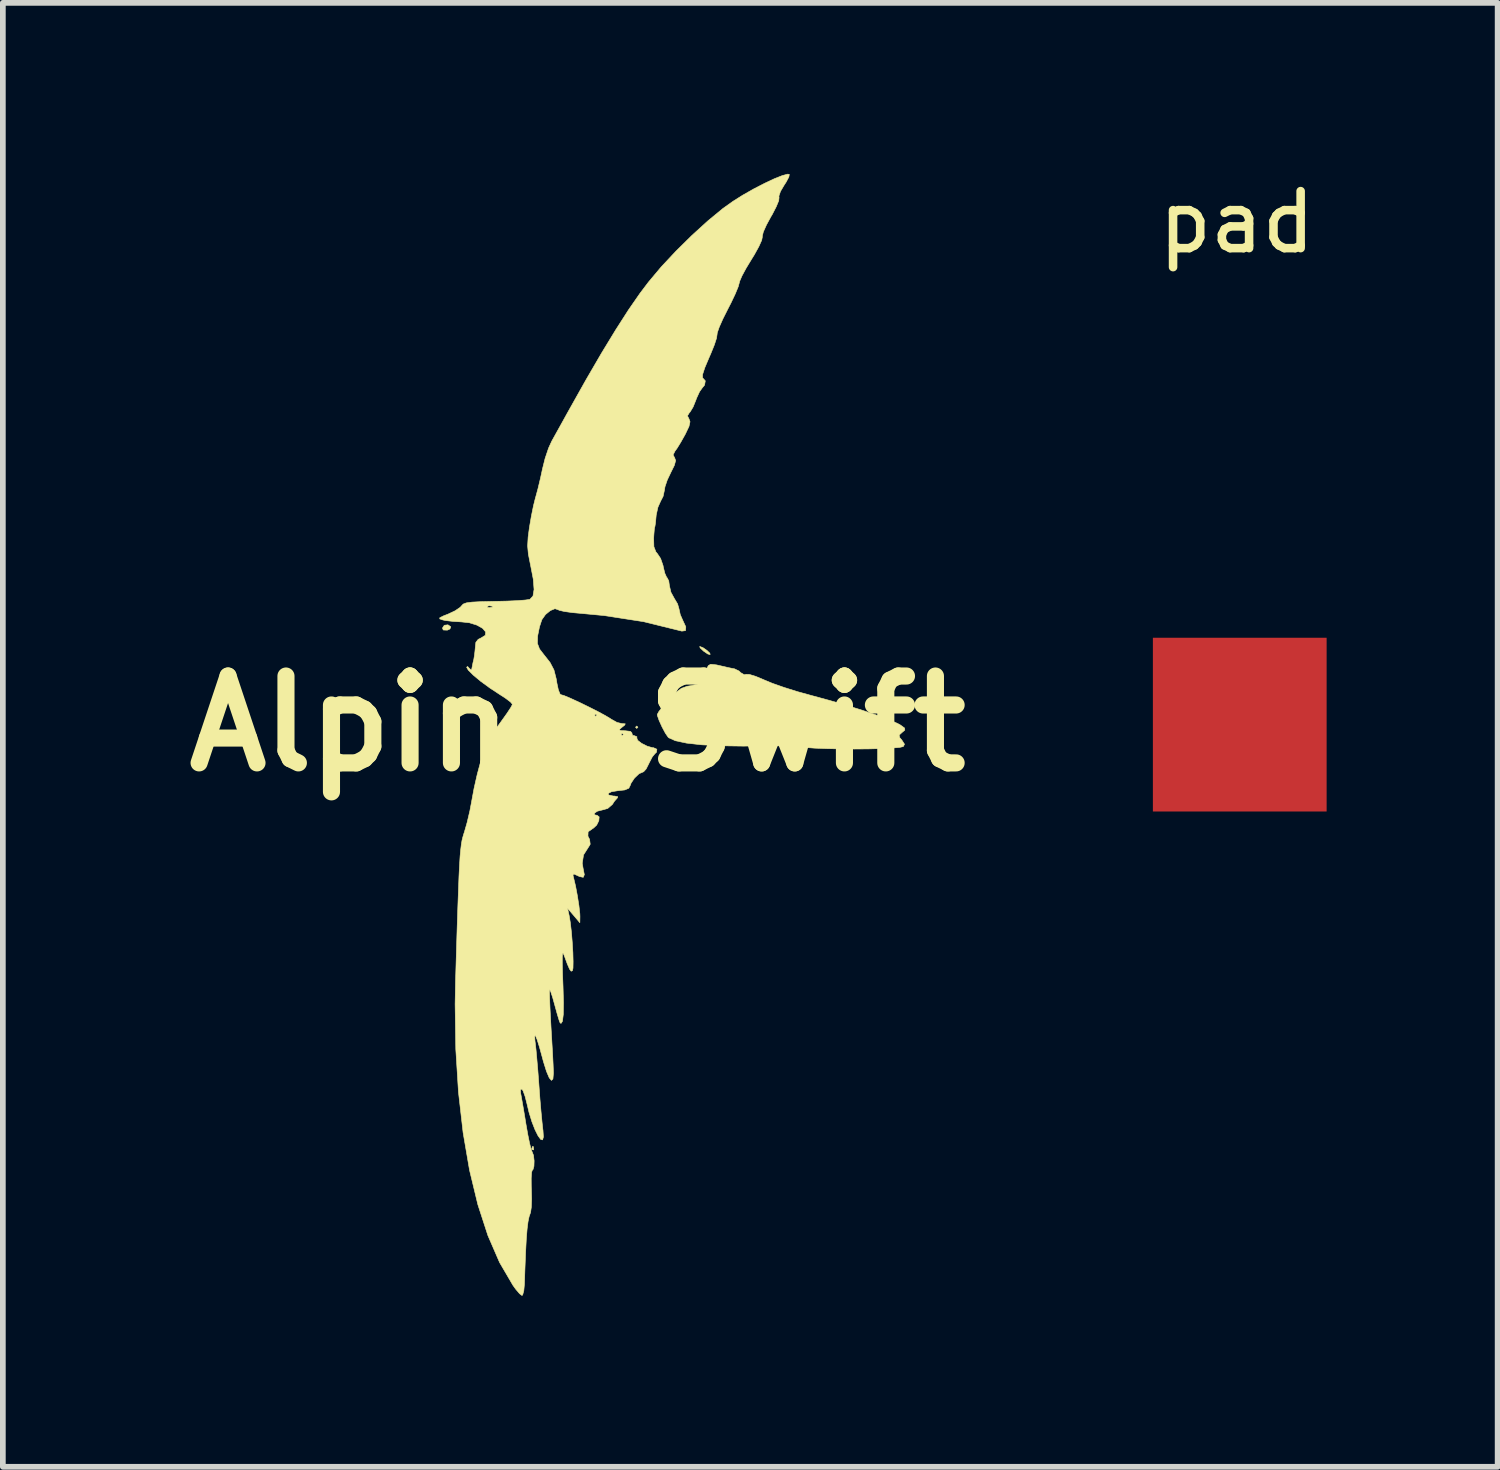
<source format=kicad_pcb>
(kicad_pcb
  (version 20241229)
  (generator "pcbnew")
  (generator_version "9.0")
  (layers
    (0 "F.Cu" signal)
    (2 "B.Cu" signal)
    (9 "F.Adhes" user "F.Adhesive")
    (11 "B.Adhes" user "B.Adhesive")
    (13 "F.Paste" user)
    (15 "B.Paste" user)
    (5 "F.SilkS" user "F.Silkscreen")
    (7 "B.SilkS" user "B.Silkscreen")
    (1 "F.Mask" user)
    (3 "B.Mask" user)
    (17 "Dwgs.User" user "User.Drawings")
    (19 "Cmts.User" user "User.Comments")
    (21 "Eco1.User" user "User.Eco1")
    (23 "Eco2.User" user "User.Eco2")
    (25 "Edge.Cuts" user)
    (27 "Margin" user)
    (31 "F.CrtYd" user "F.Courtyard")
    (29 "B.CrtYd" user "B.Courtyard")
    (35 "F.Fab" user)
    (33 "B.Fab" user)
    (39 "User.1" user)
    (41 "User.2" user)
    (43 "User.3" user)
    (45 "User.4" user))
  (footprint "pad"
    (layer "F.Cu")
    (at 18.699 9.662)
    (property "Reference" "pad" (at -0.051 -8.814 0) (layer "F.SilkS") (effects (font (size 1 1) (thickness 0.15))))
    (attr through_hole)
    (pad "1" smd rect (at 0 0) (size 3.048 3.048) (layers "F.Cu" "F.Mask" "F.Paste")))
  (footprint "Alpine Swift"
    (layer "F.Cu")
    (at 7.083 9.644)
    (property "Reference" "Alpine Swift" (at 0 0 0) (layer "F.SilkS") (effects (font (size 1.524 1.524) (thickness 0.3))))
    (attr through_hole)
    (fp_poly (pts (xy 1.058 0.064) (xy 1.037 0.085) (xy 1.016 0.064) (xy 1.037 0.042) (xy 1.058 0.064)) (stroke (width 0.01) (type solid)) (fill yes) (layer "F.SilkS"))
    (fp_poly (pts (xy -0.776 7.422) (xy -0.771 7.473) (xy -0.776 7.479) (xy -0.801 7.473) (xy -0.804 7.451) (xy -0.789 7.416) (xy -0.776 7.422)) (stroke (width 0.01) (type solid)) (fill yes) (layer "F.SilkS"))
    (fp_poly (pts (xy -2.225 -1.698) (xy -2.24 -1.66) (xy -2.286 -1.639) (xy -2.357 -1.642) (xy -2.371 -1.676) (xy -2.339 -1.725) (xy -2.275 -1.733) (xy -2.225 -1.698)) (stroke (width 0.01) (type solid)) (fill yes) (layer "F.SilkS"))
    (fp_poly (pts (xy 2.201 -1.331) (xy 2.27 -1.283) (xy 2.32 -1.234) (xy 2.325 -1.211) (xy 2.284 -1.221) (xy 2.209 -1.272) (xy 2.207 -1.274) (xy 2.149 -1.329) (xy 2.142 -1.353) (xy 2.144 -1.353) (xy 2.201 -1.331)) (stroke (width 0.01) (type solid)) (fill yes) (layer "F.SilkS"))
    (fp_poly (pts (xy 2.436 -1.03) (xy 2.498 -1.016) (xy 2.627 -0.986) (xy 2.728 -0.965) (xy 2.752 -0.961) (xy 2.832 -0.922) (xy 2.862 -0.893) (xy 2.924 -0.857) (xy 2.957 -0.864) (xy 3.016 -0.862) (xy 3.128 -0.827) (xy 3.267 -0.769) (xy 3.273 -0.766) (xy 3.418 -0.706) (xy 3.62 -0.635) (xy 3.852 -0.562) (xy 4.09 -0.496) (xy 4.109 -0.491) (xy 4.418 -0.407) (xy 4.722 -0.318) (xy 5.008 -0.229) (xy 5.261 -0.143) (xy 5.469 -0.065) (xy 5.616 -0.001) (xy 5.665 0.026) (xy 5.736 0.078) (xy 5.74 0.114) (xy 5.694 0.153) (xy 5.641 0.201) (xy 5.651 0.246) (xy 5.689 0.291) (xy 5.735 0.362) (xy 5.713 0.403) (xy 5.648 0.418) (xy 5.514 0.429) (xy 5.327 0.438) (xy 5.104 0.444) (xy 4.859 0.446) (xy 4.61 0.444) (xy 4.373 0.439) (xy 4.162 0.431) (xy 4 0.419) (xy 3.79 0.402) (xy 3.576 0.391) (xy 3.397 0.387) (xy 3.365 0.388) (xy 2.909 0.395) (xy 2.511 0.389) (xy 2.176 0.372) (xy 1.909 0.342) (xy 1.716 0.301) (xy 1.6 0.249) (xy 1.587 0.237) (xy 1.539 0.167) (xy 1.481 0.058) (xy 1.429 -0.057) (xy 1.399 -0.143) (xy 1.397 -0.159) (xy 1.424 -0.209) (xy 1.494 -0.3) (xy 1.593 -0.415) (xy 1.598 -0.42) (xy 1.721 -0.545) (xy 1.82 -0.618) (xy 1.922 -0.655) (xy 1.979 -0.664) (xy 2.097 -0.689) (xy 2.15 -0.728) (xy 2.159 -0.771) (xy 2.188 -0.87) (xy 2.219 -0.912) (xy 2.276 -0.984) (xy 2.294 -1.018) (xy 2.334 -1.041) (xy 2.436 -1.03)) (stroke (width 0.01) (type solid)) (fill yes) (layer "F.SilkS"))
    (fp_poly (pts (xy 3.714 -9.635) (xy 3.706 -9.59) (xy 3.659 -9.501) (xy 3.622 -9.444) (xy 3.559 -9.337) (xy 3.531 -9.254) (xy 3.534 -9.229) (xy 3.528 -9.173) (xy 3.484 -9.067) (xy 3.413 -8.929) (xy 3.39 -8.891) (xy 3.312 -8.747) (xy 3.258 -8.626) (xy 3.239 -8.549) (xy 3.241 -8.539) (xy 3.229 -8.479) (xy 3.179 -8.368) (xy 3.1 -8.225) (xy 3.05 -8.144) (xy 2.956 -7.989) (xy 2.883 -7.854) (xy 2.842 -7.758) (xy 2.836 -7.732) (xy 2.817 -7.663) (xy 2.766 -7.539) (xy 2.691 -7.381) (xy 2.632 -7.266) (xy 2.548 -7.099) (xy 2.485 -6.957) (xy 2.45 -6.857) (xy 2.446 -6.823) (xy 2.437 -6.762) (xy 2.399 -6.645) (xy 2.338 -6.494) (xy 2.307 -6.423) (xy 2.232 -6.246) (xy 2.192 -6.124) (xy 2.192 -6.066) (xy 2.196 -6.062) (xy 2.24 -6.013) (xy 2.227 -5.938) (xy 2.187 -5.89) (xy 2.139 -5.822) (xy 2.087 -5.709) (xy 2.074 -5.673) (xy 2.026 -5.554) (xy 1.974 -5.468) (xy 1.961 -5.455) (xy 1.927 -5.399) (xy 1.953 -5.348) (xy 1.972 -5.296) (xy 1.954 -5.214) (xy 1.892 -5.083) (xy 1.884 -5.068) (xy 1.81 -4.936) (xy 1.743 -4.827) (xy 1.709 -4.781) (xy 1.675 -4.713) (xy 1.701 -4.666) (xy 1.72 -4.615) (xy 1.697 -4.53) (xy 1.637 -4.409) (xy 1.573 -4.274) (xy 1.532 -4.153) (xy 1.524 -4.099) (xy 1.5 -3.987) (xy 1.456 -3.902) (xy 1.409 -3.796) (xy 1.379 -3.659) (xy 1.376 -3.628) (xy 1.366 -3.519) (xy 1.356 -3.456) (xy 1.353 -3.45) (xy 1.346 -3.412) (xy 1.338 -3.316) (xy 1.334 -3.251) (xy 1.338 -3.103) (xy 1.374 -3.011) (xy 1.399 -2.982) (xy 1.456 -2.896) (xy 1.499 -2.772) (xy 1.503 -2.748) (xy 1.53 -2.637) (xy 1.562 -2.566) (xy 1.57 -2.559) (xy 1.599 -2.503) (xy 1.61 -2.421) (xy 1.637 -2.304) (xy 1.693 -2.201) (xy 1.754 -2.099) (xy 1.779 -2.011) (xy 1.801 -1.911) (xy 1.841 -1.82) (xy 1.898 -1.697) (xy 1.893 -1.631) (xy 1.828 -1.622) (xy 1.81 -1.627) (xy 1.158 -1.788) (xy 0.468 -1.895) (xy 0.085 -1.931) (xy -0.092 -1.947) (xy -0.234 -1.967) (xy -0.323 -1.988) (xy -0.343 -1.998) (xy -0.397 -2.016) (xy -0.478 -1.983) (xy -0.563 -1.914) (xy -0.626 -1.825) (xy -0.628 -1.821) (xy -0.669 -1.697) (xy -0.699 -1.549) (xy -0.702 -1.531) (xy -0.705 -1.406) (xy -0.668 -1.308) (xy -0.6 -1.22) (xy -0.484 -1.073) (xy -0.415 -0.941) (xy -0.375 -0.784) (xy -0.363 -0.709) (xy -0.338 -0.592) (xy -0.309 -0.52) (xy -0.295 -0.508) (xy -0.234 -0.49) (xy -0.118 -0.441) (xy 0.032 -0.372) (xy 0.196 -0.292) (xy 0.356 -0.211) (xy 0.489 -0.139) (xy 0.577 -0.086) (xy 0.588 -0.078) (xy 0.69 -0.021) (xy 0.776 0) (xy 0.836 0.004) (xy 0.826 0.026) (xy 0.781 0.062) (xy 0.732 0.104) (xy 0.747 0.122) (xy 0.835 0.126) (xy 0.839 0.126) (xy 0.929 0.137) (xy 0.954 0.166) (xy 0.953 0.169) (xy 0.963 0.205) (xy 0.995 0.212) (xy 1.041 0.231) (xy 1.038 0.252) (xy 1.054 0.294) (xy 1.123 0.347) (xy 1.218 0.395) (xy 1.31 0.422) (xy 1.331 0.423) (xy 1.39 0.449) (xy 1.384 0.502) (xy 1.354 0.53) (xy 1.31 0.584) (xy 1.259 0.682) (xy 1.25 0.701) (xy 1.202 0.796) (xy 1.158 0.845) (xy 1.152 0.847) (xy 1.078 0.879) (xy 0.997 0.956) (xy 0.937 1.046) (xy 0.925 1.08) (xy 0.898 1.134) (xy 0.827 1.164) (xy 0.708 1.177) (xy 0.594 1.195) (xy 0.536 1.225) (xy 0.543 1.253) (xy 0.621 1.27) (xy 0.648 1.271) (xy 0.704 1.282) (xy 0.699 1.302) (xy 0.645 1.363) (xy 0.61 1.418) (xy 0.528 1.489) (xy 0.43 1.516) (xy 0.346 1.537) (xy 0.296 1.571) (xy 0.296 1.6) (xy 0.342 1.609) (xy 0.378 1.637) (xy 0.372 1.704) (xy 0.334 1.781) (xy 0.273 1.837) (xy 0.265 1.841) (xy 0.184 1.898) (xy 0.181 1.975) (xy 0.21 2.031) (xy 0.221 2.116) (xy 0.2 2.152) (xy 0.104 2.303) (xy 0.081 2.45) (xy 0.095 2.533) (xy 0.118 2.65) (xy 0.099 2.697) (xy 0.033 2.683) (xy -0.003 2.666) (xy -0.07 2.636) (xy -0.081 2.664) (xy -0.068 2.715) (xy -0.036 2.85) (xy -0.004 3.021) (xy 0.023 3.194) (xy 0.039 3.336) (xy 0.041 3.387) (xy 0.039 3.493) (xy -0.069 3.365) (xy -0.177 3.239) (xy -0.149 3.365) (xy -0.128 3.49) (xy -0.109 3.655) (xy -0.094 3.838) (xy -0.083 4.019) (xy -0.079 4.176) (xy -0.081 4.289) (xy -0.091 4.335) (xy -0.113 4.344) (xy -0.141 4.308) (xy -0.181 4.216) (xy -0.235 4.069) (xy -0.253 4.029) (xy -0.264 4.036) (xy -0.269 4.095) (xy -0.269 4.217) (xy -0.264 4.408) (xy -0.256 4.608) (xy -0.248 4.897) (xy -0.251 5.101) (xy -0.266 5.222) (xy -0.291 5.26) (xy -0.308 5.248) (xy -0.326 5.2) (xy -0.358 5.093) (xy -0.398 4.949) (xy -0.4 4.941) (xy -0.439 4.801) (xy -0.471 4.704) (xy -0.49 4.668) (xy -0.491 4.668) (xy -0.494 4.713) (xy -0.491 4.828) (xy -0.484 4.998) (xy -0.473 5.207) (xy -0.466 5.337) (xy -0.452 5.575) (xy -0.439 5.794) (xy -0.43 5.975) (xy -0.425 6.099) (xy -0.424 6.131) (xy -0.433 6.234) (xy -0.459 6.26) (xy -0.498 6.214) (xy -0.546 6.101) (xy -0.601 5.925) (xy -0.616 5.868) (xy -0.67 5.672) (xy -0.712 5.539) (xy -0.74 5.474) (xy -0.753 5.482) (xy -0.748 5.566) (xy -0.742 5.611) (xy -0.73 5.716) (xy -0.715 5.884) (xy -0.697 6.093) (xy -0.68 6.32) (xy -0.678 6.35) (xy -0.661 6.583) (xy -0.642 6.805) (xy -0.624 6.992) (xy -0.61 7.121) (xy -0.608 7.129) (xy -0.6 7.252) (xy -0.615 7.303) (xy -0.648 7.294) (xy -0.694 7.231) (xy -0.747 7.125) (xy -0.802 6.984) (xy -0.853 6.818) (xy -0.887 6.675) (xy -0.921 6.541) (xy -0.956 6.444) (xy -0.978 6.411) (xy -1.003 6.424) (xy -0.999 6.484) (xy -0.984 6.566) (xy -0.959 6.709) (xy -0.928 6.891) (xy -0.906 7.027) (xy -0.873 7.214) (xy -0.841 7.37) (xy -0.813 7.477) (xy -0.798 7.512) (xy -0.774 7.574) (xy -0.763 7.67) (xy -0.766 7.765) (xy -0.783 7.825) (xy -0.794 7.832) (xy -0.807 7.871) (xy -0.814 7.974) (xy -0.813 8.122) (xy -0.811 8.17) (xy -0.807 8.34) (xy -0.812 8.483) (xy -0.825 8.573) (xy -0.828 8.583) (xy -0.851 8.649) (xy -0.87 8.74) (xy -0.886 8.867) (xy -0.9 9.04) (xy -0.912 9.27) (xy -0.924 9.566) (xy -0.933 9.832) (xy -0.944 9.949) (xy -0.964 10.022) (xy -0.976 10.033) (xy -1.018 10.001) (xy -1.088 9.919) (xy -1.135 9.853) (xy -1.369 9.453) (xy -1.574 8.98) (xy -1.75 8.438) (xy -1.896 7.834) (xy -2.009 7.174) (xy -2.09 6.465) (xy -2.137 5.711) (xy -2.149 4.92) (xy -2.141 4.508) (xy -2.126 4.001) (xy -2.113 3.572) (xy -2.101 3.212) (xy -2.09 2.916) (xy -2.081 2.675) (xy -2.071 2.482) (xy -2.062 2.33) (xy -2.051 2.212) (xy -2.04 2.121) (xy -2.028 2.049) (xy -2.013 1.989) (xy -1.997 1.934) (xy -1.987 1.905) (xy -1.938 1.734) (xy -1.89 1.53) (xy -1.861 1.376) (xy -1.817 1.138) (xy -1.761 0.89) (xy -1.698 0.656) (xy -1.635 0.458) (xy -1.578 0.32) (xy -1.577 0.318) (xy -1.518 0.218) (xy -1.499 0.191) (xy 0.762 0.191) (xy 0.783 0.212) (xy 0.804 0.191) (xy 0.783 0.169) (xy 0.762 0.191) (xy -1.499 0.191) (xy -1.427 0.082) (xy -1.327 -0.057) (xy -1.262 -0.148) (xy 0.296 -0.148) (xy 0.318 -0.127) (xy 0.339 -0.148) (xy 0.318 -0.169) (xy 0.296 -0.148) (xy -1.262 -0.148) (xy -1.237 -0.183) (xy -1.172 -0.282) (xy -1.143 -0.337) (xy -1.143 -0.339) (xy -1.146 -0.342) (xy -0.83 -0.342) (xy -0.828 -0.301) (xy -0.771 -0.256) (xy -0.717 -0.292) (xy -0.703 -0.321) (xy -0.679 -0.397) (xy -0.694 -0.422) (xy -0.709 -0.423) (xy -0.783 -0.397) (xy -0.83 -0.342) (xy -1.146 -0.342) (xy -1.176 -0.378) (xy -1.263 -0.444) (xy -1.365 -0.51) (xy -1.54 -0.625) (xy -1.7 -0.742) (xy -1.831 -0.851) (xy -1.918 -0.938) (xy -1.947 -0.989) (xy -1.929 -1.002) (xy -1.905 -0.974) (xy -1.869 -0.94) (xy -1.858 -0.953) (xy -1.835 -1.071) (xy -1.822 -1.122) (xy -1.81 -1.194) (xy -1.801 -1.27) (xy -1.791 -1.372) (xy -1.785 -1.426) (xy -1.744 -1.478) (xy -1.693 -1.503) (xy -1.619 -1.549) (xy -1.613 -1.608) (xy -1.666 -1.671) (xy -1.765 -1.727) (xy -1.899 -1.769) (xy -2.038 -1.784) (xy -2.188 -1.793) (xy -2.319 -1.808) (xy -2.364 -1.818) (xy -2.419 -1.837) (xy -2.418 -1.857) (xy -2.352 -1.89) (xy -2.272 -1.921) (xy -2.149 -1.979) (xy -2.058 -2.041) (xy -2.057 -2.042) (xy -1.59 -2.042) (xy -1.549 -2.035) (xy -1.494 -2.043) (xy -1.493 -2.058) (xy -1.55 -2.068) (xy -1.574 -2.061) (xy -1.59 -2.042) (xy -2.057 -2.042) (xy -2.035 -2.067) (xy -2.007 -2.097) (xy -1.951 -2.118) (xy -1.854 -2.131) (xy -1.702 -2.139) (xy -1.481 -2.144) (xy -1.453 -2.144) (xy -1.241 -2.149) (xy -1.056 -2.157) (xy -0.916 -2.168) (xy -0.839 -2.179) (xy -0.836 -2.181) (xy -0.783 -2.237) (xy -0.764 -2.353) (xy -0.778 -2.534) (xy -0.827 -2.787) (xy -0.83 -2.801) (xy -0.864 -2.973) (xy -0.877 -3.117) (xy -0.868 -3.272) (xy -0.845 -3.444) (xy -0.812 -3.636) (xy -0.774 -3.823) (xy -0.738 -3.967) (xy -0.734 -3.979) (xy -0.695 -4.123) (xy -0.651 -4.307) (xy -0.616 -4.469) (xy -0.57 -4.653) (xy -0.509 -4.834) (xy -0.453 -4.956) (xy -0.383 -5.082) (xy -0.289 -5.251) (xy -0.189 -5.432) (xy -0.161 -5.482) (xy 0.145 -6.027) (xy 0.42 -6.5) (xy 0.668 -6.907) (xy 0.891 -7.255) (xy 1.094 -7.548) (xy 1.243 -7.745) (xy 1.466 -8.011) (xy 1.727 -8.29) (xy 2.006 -8.565) (xy 2.285 -8.819) (xy 2.547 -9.035) (xy 2.722 -9.16) (xy 2.898 -9.271) (xy 3.088 -9.379) (xy 3.278 -9.477) (xy 3.45 -9.558) (xy 3.591 -9.614) (xy 3.685 -9.639) (xy 3.714 -9.635)) (stroke (width 0.01) (type solid)) (fill yes) (layer "F.SilkS")))
  (gr_rect
    (start -3 -3)
    (end 23.223 22.682)
    (stroke (width 0.1) (type default))
    (fill no)
    (layer "Edge.Cuts")))
</source>
